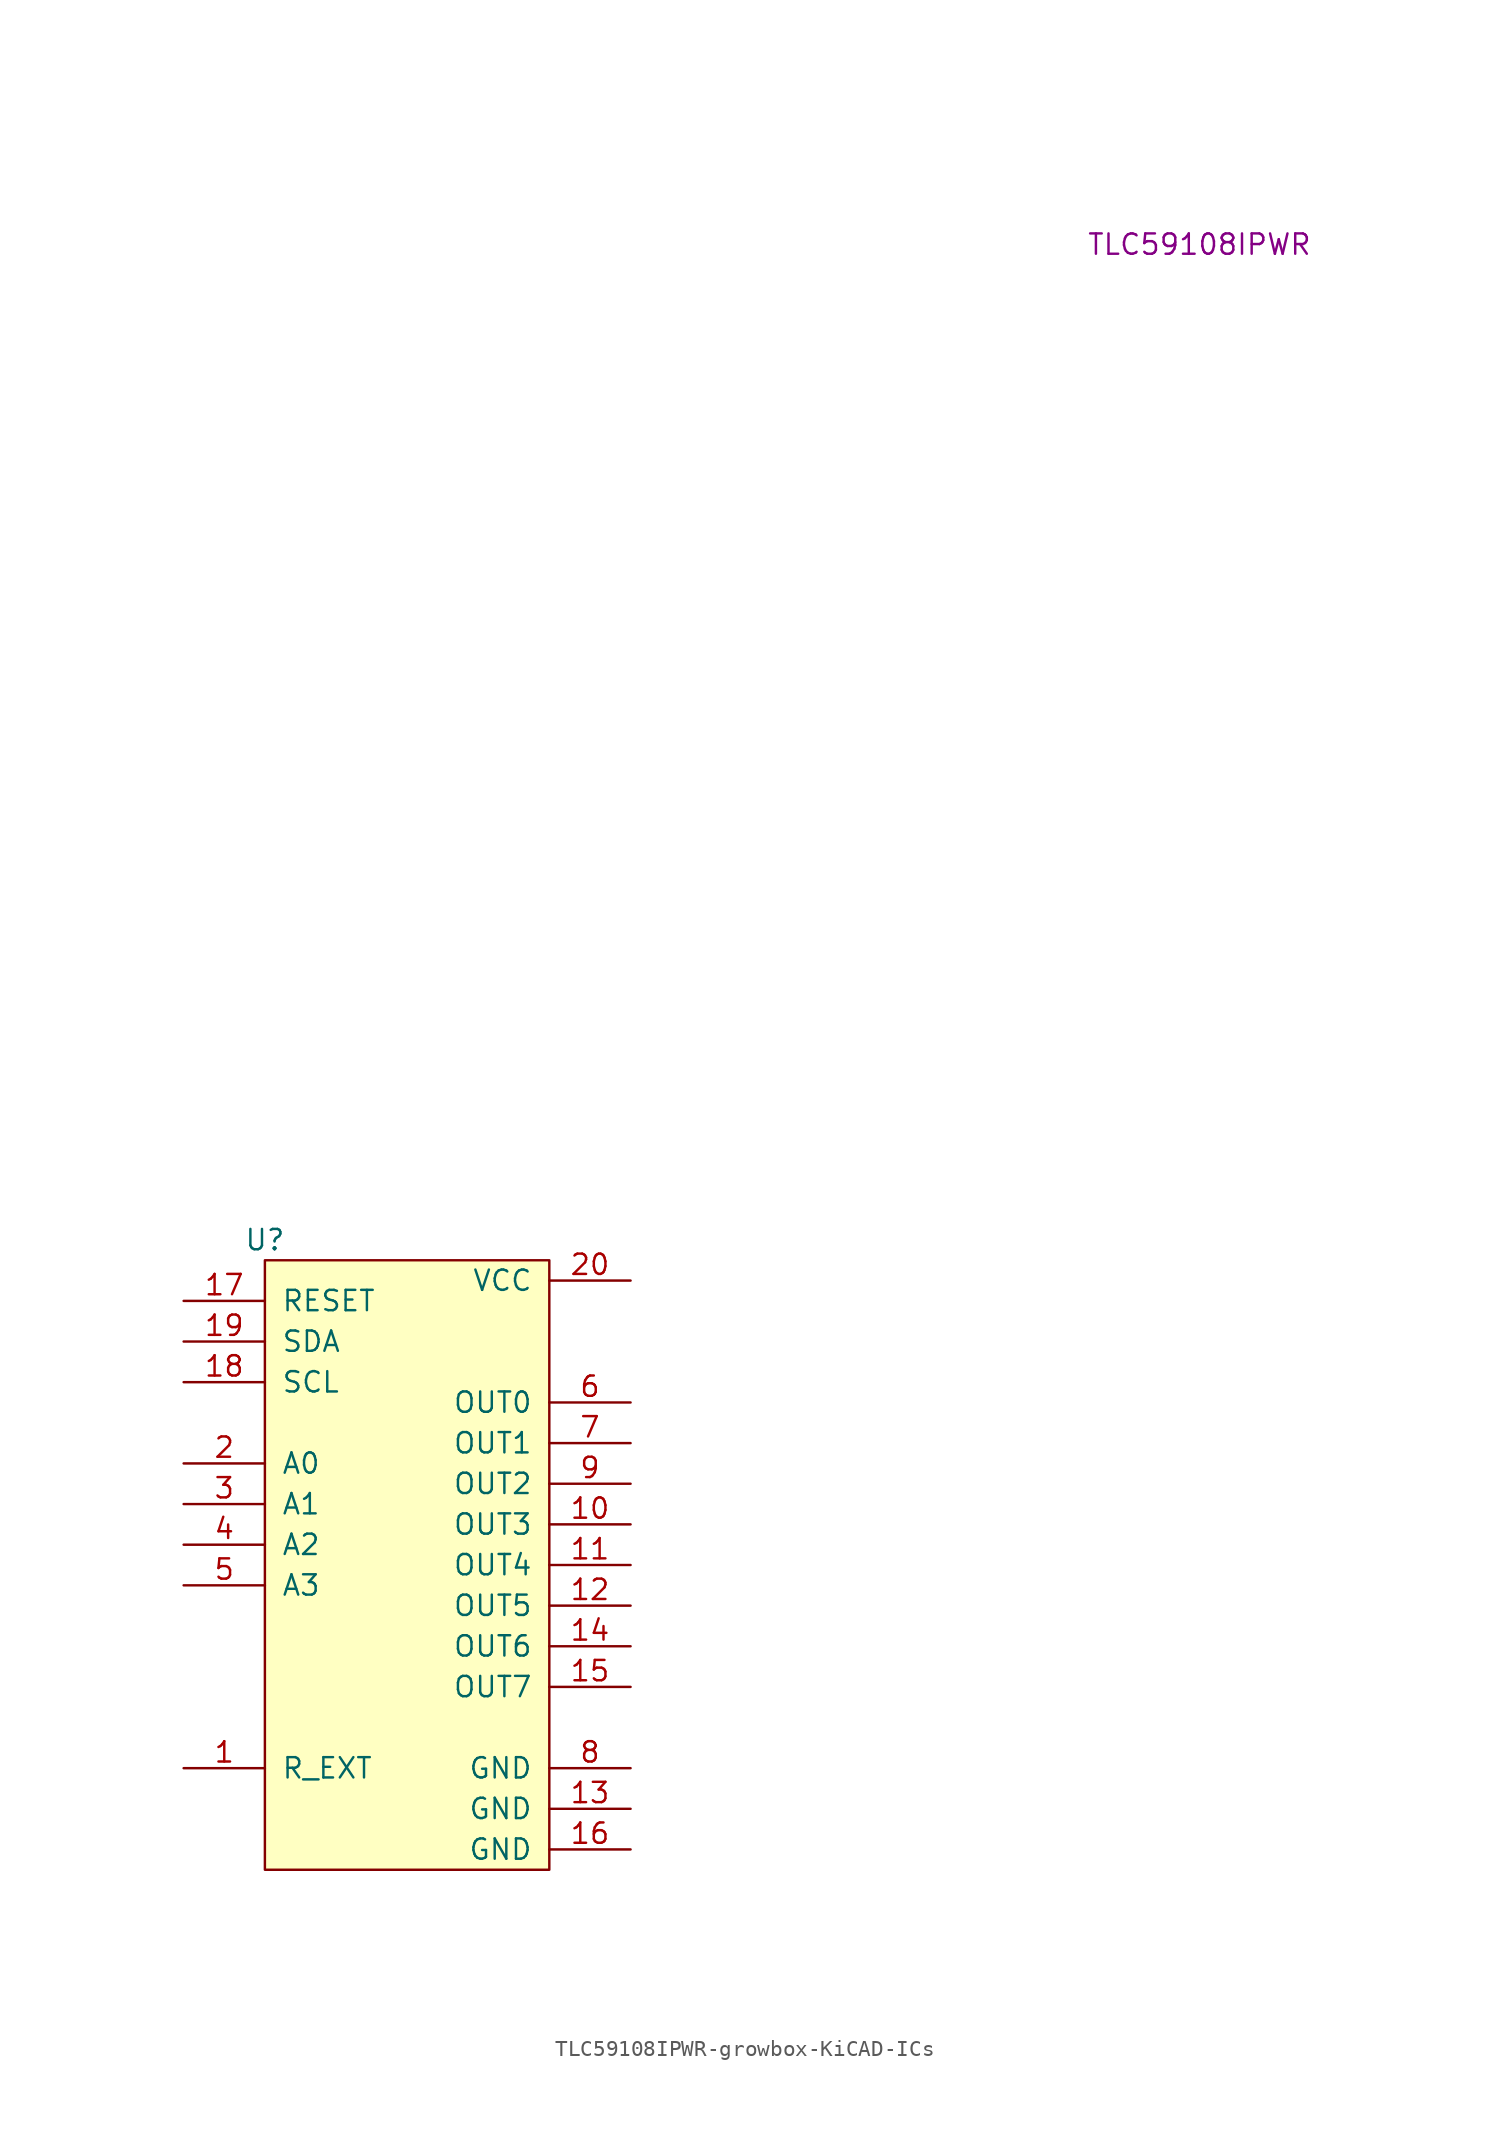
<source format=kicad_sym>
(kicad_symbol_lib
  (version 20231120)
  (generator "kicad_symbol_editor")
  (generator_version "8.0")
  (symbol "TLC59108IPWR-growbox-KiCAD-ICs"
    (pin_names
      (offset 1.016))
    (property "Reference" "U"
      (at 0 1.27 0)
      (effects (font (size 1.27 1.27))))
    (property "_Value_" "TLC59108IPWR"
      (at 58.42 63.5 0)
      (effects (font (size 1.27 1.27))))
    (symbol "TLC59108IPWR-growbox-KiCAD-ICs_0_1"
      (rectangle (start 0 0) (end 17.78 -38.1) (stroke (width 0) (type solid)) (fill (type background))))
    (symbol "TLC59108IPWR-growbox-KiCAD-ICs_1_1"
      (pin input line (at -5.08 -31.75 0) (length 5.08) (name "R_EXT" (effects (font (size 1.27 1.27)))) (number "1" (effects (font (size 1.27 1.27)))))
      (pin output line (at 22.86 -16.51 180) (length 5.08) (name "OUT3" (effects (font (size 1.27 1.27)))) (number "10" (effects (font (size 1.27 1.27)))))
      (pin output line (at 22.86 -19.05 180) (length 5.08) (name "OUT4" (effects (font (size 1.27 1.27)))) (number "11" (effects (font (size 1.27 1.27)))))
      (pin output line (at 22.86 -21.59 180) (length 5.08) (name "OUT5" (effects (font (size 1.27 1.27)))) (number "12" (effects (font (size 1.27 1.27)))))
      (pin passive line (at 22.86 -34.29 180) (length 5.08) (name "GND" (effects (font (size 1.27 1.27)))) (number "13" (effects (font (size 1.27 1.27)))))
      (pin output line (at 22.86 -24.13 180) (length 5.08) (name "OUT6" (effects (font (size 1.27 1.27)))) (number "14" (effects (font (size 1.27 1.27)))))
      (pin output line (at 22.86 -26.67 180) (length 5.08) (name "OUT7" (effects (font (size 1.27 1.27)))) (number "15" (effects (font (size 1.27 1.27)))))
      (pin passive line (at 22.86 -36.83 180) (length 5.08) (name "GND" (effects (font (size 1.27 1.27)))) (number "16" (effects (font (size 1.27 1.27)))))
      (pin input line (at -5.08 -2.54 0) (length 5.08) (name "RESET" (effects (font (size 1.27 1.27)))) (number "17" (effects (font (size 1.27 1.27)))))
      (pin input line (at -5.08 -7.62 0) (length 5.08) (name "SCL" (effects (font (size 1.27 1.27)))) (number "18" (effects (font (size 1.27 1.27)))))
      (pin bidirectional line (at -5.08 -5.08 0) (length 5.08) (name "SDA" (effects (font (size 1.27 1.27)))) (number "19" (effects (font (size 1.27 1.27)))))
      (pin input line (at -5.08 -12.7 0) (length 5.08) (name "A0" (effects (font (size 1.27 1.27)))) (number "2" (effects (font (size 1.27 1.27)))))
      (pin power_in line (at 22.86 -1.27 180) (length 5.08) (name "VCC" (effects (font (size 1.27 1.27)))) (number "20" (effects (font (size 1.27 1.27)))))
      (pin input line (at -5.08 -15.24 0) (length 5.08) (name "A1" (effects (font (size 1.27 1.27)))) (number "3" (effects (font (size 1.27 1.27)))))
      (pin input line (at -5.08 -17.78 0) (length 5.08) (name "A2" (effects (font (size 1.27 1.27)))) (number "4" (effects (font (size 1.27 1.27)))))
      (pin input line (at -5.08 -20.32 0) (length 5.08) (name "A3" (effects (font (size 1.27 1.27)))) (number "5" (effects (font (size 1.27 1.27)))))
      (pin output line (at 22.86 -8.89 180) (length 5.08) (name "OUT0" (effects (font (size 1.27 1.27)))) (number "6" (effects (font (size 1.27 1.27)))))
      (pin output line (at 22.86 -11.43 180) (length 5.08) (name "OUT1" (effects (font (size 1.27 1.27)))) (number "7" (effects (font (size 1.27 1.27)))))
      (pin passive line (at 22.86 -31.75 180) (length 5.08) (name "GND" (effects (font (size 1.27 1.27)))) (number "8" (effects (font (size 1.27 1.27)))))
      (pin output line (at 22.86 -13.97 180) (length 5.08) (name "OUT2" (effects (font (size 1.27 1.27)))) (number "9" (effects (font (size 1.27 1.27))))))))
</source>
